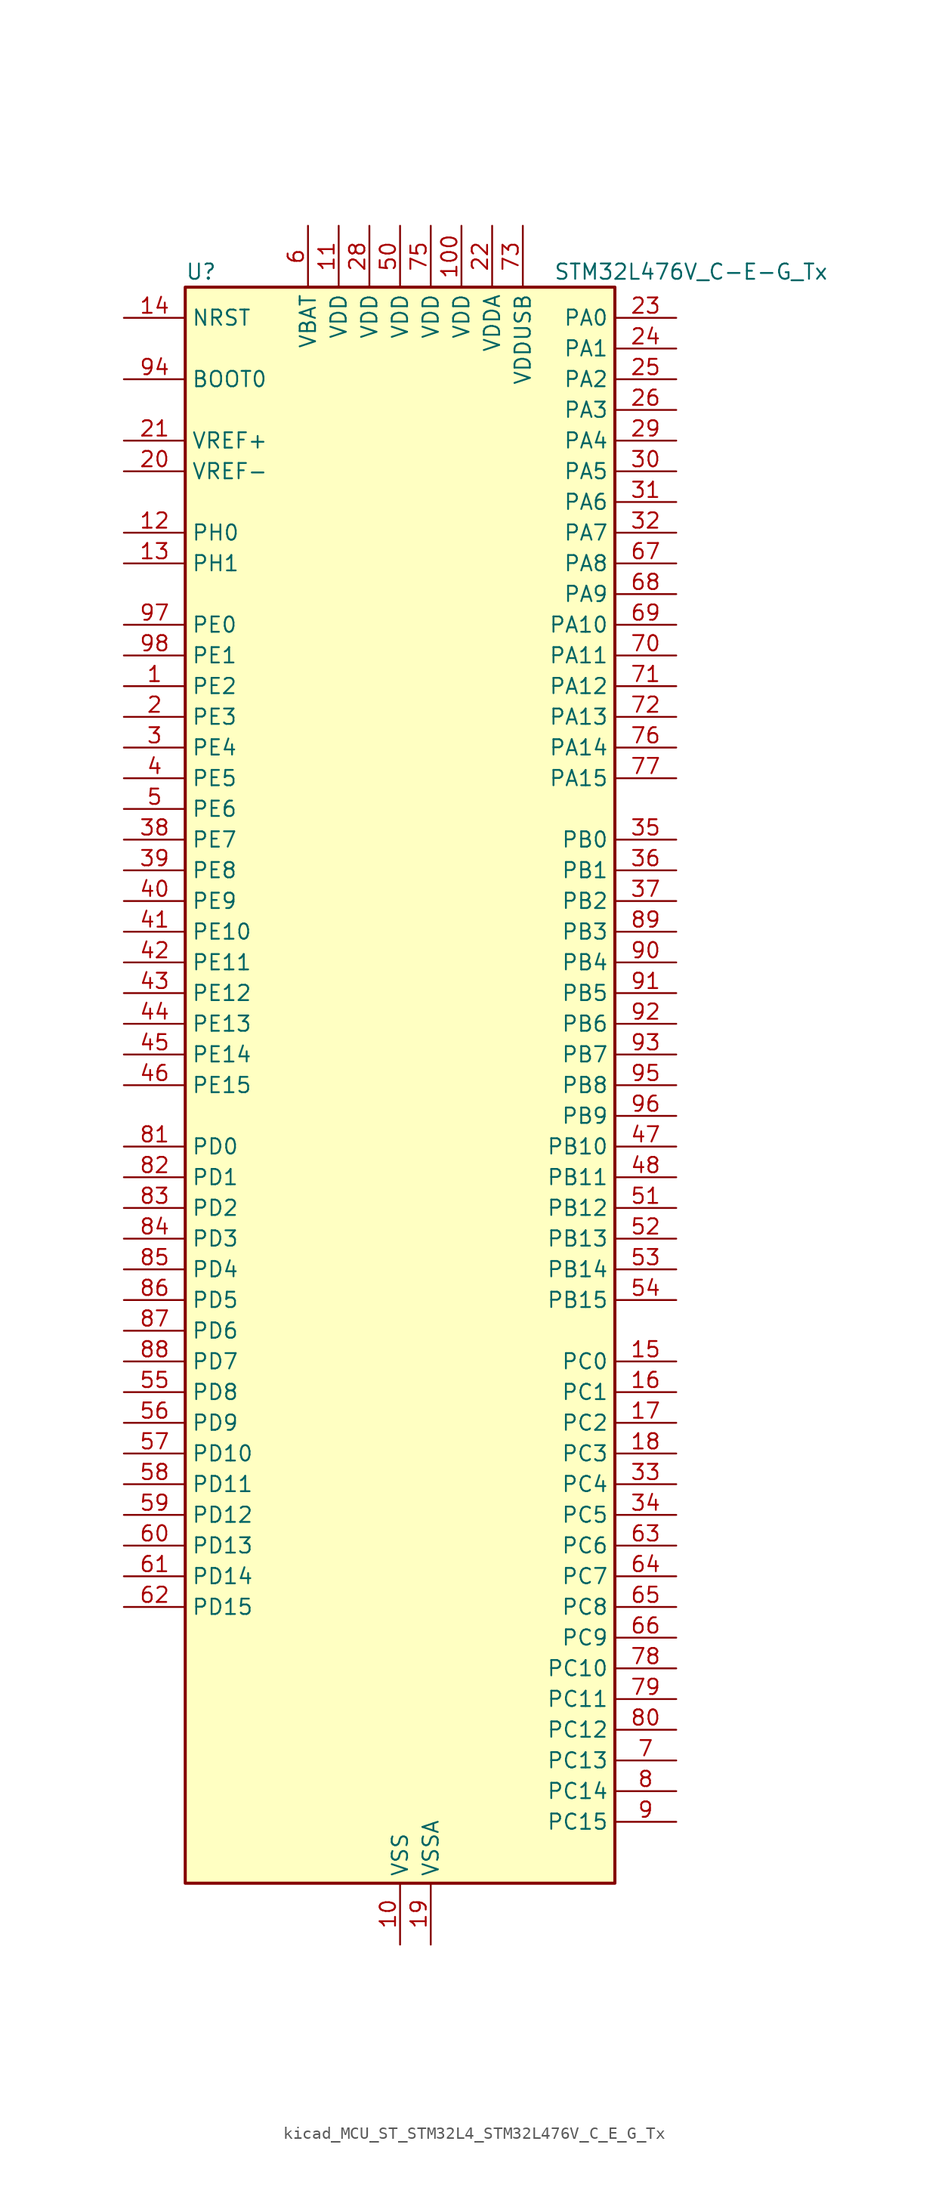
<source format=kicad_sym>
(kicad_symbol_lib
  (version 20220914)
  (generator kicad_symbol_editor)
  (symbol "kicad_MCU_ST_STM32L4_STM32L476V_C_E_G_Tx"
    (property "Reference" "U"
      (at -17.78 67.31 0)
      (effects (font (size 1.27 1.27)) (justify left)))
    (property "Value" "STM32L476V_C-E-G_Tx"
      (at 12.7 67.31 0)
      (effects (font (size 1.27 1.27)) (justify left)))
    (property "ki_locked" ""
      (at 0 0 0)
      (effects (font (size 1.27 1.27))))
    (symbol "kicad_MCU_ST_STM32L4_STM32L476V_C_E_G_Tx_0_1"
      (rectangle (start -17.78 -66.04) (end 17.78 66.04) (stroke (width 0.254) (type default)) (fill (type background))))
    (symbol "kicad_MCU_ST_STM32L4_STM32L476V_C_E_G_Tx_1_1"
      (pin bidirectional line (at -22.86 33.02 0) (length 5.08) (name "PE2" (effects (font (size 1.27 1.27)))) (number "1" (effects (font (size 1.27 1.27)))) (alternate "FMC_A23" bidirectional line) (alternate "LCD_SEG38" bidirectional line) (alternate "SAI1_MCLK_A" bidirectional line) (alternate "SYS_TRACECLK" bidirectional line) (alternate "TIM3_ETR" bidirectional line) (alternate "TSC_G7_IO1" bidirectional line))
      (pin power_in line (at 0 -71.12 90) (length 5.08) (name "VSS" (effects (font (size 1.27 1.27)))) (number "10" (effects (font (size 1.27 1.27)))))
      (pin power_in line (at 5.08 71.12 270) (length 5.08) (name "VDD" (effects (font (size 1.27 1.27)))) (number "100" (effects (font (size 1.27 1.27)))))
      (pin power_in line (at -5.08 71.12 270) (length 5.08) (name "VDD" (effects (font (size 1.27 1.27)))) (number "11" (effects (font (size 1.27 1.27)))))
      (pin bidirectional line (at -22.86 45.72 0) (length 5.08) (name "PH0" (effects (font (size 1.27 1.27)))) (number "12" (effects (font (size 1.27 1.27)))) (alternate "RCC_OSC_IN" bidirectional line))
      (pin bidirectional line (at -22.86 43.18 0) (length 5.08) (name "PH1" (effects (font (size 1.27 1.27)))) (number "13" (effects (font (size 1.27 1.27)))) (alternate "RCC_OSC_OUT" bidirectional line))
      (pin input line (at -22.86 63.5 0) (length 5.08) (name "NRST" (effects (font (size 1.27 1.27)))) (number "14" (effects (font (size 1.27 1.27)))))
      (pin bidirectional line (at 22.86 -22.86 180) (length 5.08) (name "PC0" (effects (font (size 1.27 1.27)))) (number "15" (effects (font (size 1.27 1.27)))) (alternate "ADC1_IN1" bidirectional line) (alternate "ADC2_IN1" bidirectional line) (alternate "ADC3_IN1" bidirectional line) (alternate "DFSDM1_DATIN4" bidirectional line) (alternate "I2C3_SCL" bidirectional line) (alternate "LCD_SEG18" bidirectional line) (alternate "LPTIM1_IN1" bidirectional line) (alternate "LPTIM2_IN1" bidirectional line) (alternate "LPUART1_RX" bidirectional line))
      (pin bidirectional line (at 22.86 -25.4 180) (length 5.08) (name "PC1" (effects (font (size 1.27 1.27)))) (number "16" (effects (font (size 1.27 1.27)))) (alternate "ADC1_IN2" bidirectional line) (alternate "ADC2_IN2" bidirectional line) (alternate "ADC3_IN2" bidirectional line) (alternate "DFSDM1_CKIN4" bidirectional line) (alternate "I2C3_SDA" bidirectional line) (alternate "LCD_SEG19" bidirectional line) (alternate "LPTIM1_OUT" bidirectional line) (alternate "LPUART1_TX" bidirectional line))
      (pin bidirectional line (at 22.86 -27.94 180) (length 5.08) (name "PC2" (effects (font (size 1.27 1.27)))) (number "17" (effects (font (size 1.27 1.27)))) (alternate "ADC1_IN3" bidirectional line) (alternate "ADC2_IN3" bidirectional line) (alternate "ADC3_IN3" bidirectional line) (alternate "DFSDM1_CKOUT" bidirectional line) (alternate "LCD_SEG20" bidirectional line) (alternate "LPTIM1_IN2" bidirectional line) (alternate "SPI2_MISO" bidirectional line))
      (pin bidirectional line (at 22.86 -30.48 180) (length 5.08) (name "PC3" (effects (font (size 1.27 1.27)))) (number "18" (effects (font (size 1.27 1.27)))) (alternate "ADC1_IN4" bidirectional line) (alternate "ADC2_IN4" bidirectional line) (alternate "ADC3_IN4" bidirectional line) (alternate "LCD_VLCD" bidirectional line) (alternate "LPTIM1_ETR" bidirectional line) (alternate "LPTIM2_ETR" bidirectional line) (alternate "SAI1_SD_A" bidirectional line) (alternate "SPI2_MOSI" bidirectional line))
      (pin power_in line (at 2.54 -71.12 90) (length 5.08) (name "VSSA" (effects (font (size 1.27 1.27)))) (number "19" (effects (font (size 1.27 1.27)))))
      (pin bidirectional line (at -22.86 30.48 0) (length 5.08) (name "PE3" (effects (font (size 1.27 1.27)))) (number "2" (effects (font (size 1.27 1.27)))) (alternate "FMC_A19" bidirectional line) (alternate "LCD_SEG39" bidirectional line) (alternate "SAI1_SD_B" bidirectional line) (alternate "SYS_TRACED0" bidirectional line) (alternate "TIM3_CH1" bidirectional line) (alternate "TSC_G7_IO2" bidirectional line))
      (pin input line (at -22.86 50.8 0) (length 5.08) (name "VREF-" (effects (font (size 1.27 1.27)))) (number "20" (effects (font (size 1.27 1.27)))))
      (pin input line (at -22.86 53.34 0) (length 5.08) (name "VREF+" (effects (font (size 1.27 1.27)))) (number "21" (effects (font (size 1.27 1.27)))) (alternate "VREFBUF_OUT" bidirectional line))
      (pin power_in line (at 7.62 71.12 270) (length 5.08) (name "VDDA" (effects (font (size 1.27 1.27)))) (number "22" (effects (font (size 1.27 1.27)))))
      (pin bidirectional line (at 22.86 63.5 180) (length 5.08) (name "PA0" (effects (font (size 1.27 1.27)))) (number "23" (effects (font (size 1.27 1.27)))) (alternate "ADC1_IN5" bidirectional line) (alternate "ADC2_IN5" bidirectional line) (alternate "OPAMP1_VINP" bidirectional line) (alternate "RTC_TAMP2" bidirectional line) (alternate "SAI1_EXTCLK" bidirectional line) (alternate "SYS_WKUP1" bidirectional line) (alternate "TIM2_CH1" bidirectional line) (alternate "TIM2_ETR" bidirectional line) (alternate "TIM5_CH1" bidirectional line) (alternate "TIM8_ETR" bidirectional line) (alternate "UART4_TX" bidirectional line) (alternate "USART2_CTS" bidirectional line))
      (pin bidirectional line (at 22.86 60.96 180) (length 5.08) (name "PA1" (effects (font (size 1.27 1.27)))) (number "24" (effects (font (size 1.27 1.27)))) (alternate "ADC1_IN6" bidirectional line) (alternate "ADC2_IN6" bidirectional line) (alternate "LCD_SEG0" bidirectional line) (alternate "OPAMP1_VINM" bidirectional line) (alternate "TIM15_CH1N" bidirectional line) (alternate "TIM2_CH2" bidirectional line) (alternate "TIM5_CH2" bidirectional line) (alternate "UART4_RX" bidirectional line) (alternate "USART2_DE" bidirectional line) (alternate "USART2_RTS" bidirectional line))
      (pin bidirectional line (at 22.86 58.42 180) (length 5.08) (name "PA2" (effects (font (size 1.27 1.27)))) (number "25" (effects (font (size 1.27 1.27)))) (alternate "ADC1_IN7" bidirectional line) (alternate "ADC2_IN7" bidirectional line) (alternate "LCD_SEG1" bidirectional line) (alternate "RCC_LSCO" bidirectional line) (alternate "SAI2_EXTCLK" bidirectional line) (alternate "SYS_WKUP4" bidirectional line) (alternate "TIM15_CH1" bidirectional line) (alternate "TIM2_CH3" bidirectional line) (alternate "TIM5_CH3" bidirectional line) (alternate "USART2_TX" bidirectional line))
      (pin bidirectional line (at 22.86 55.88 180) (length 5.08) (name "PA3" (effects (font (size 1.27 1.27)))) (number "26" (effects (font (size 1.27 1.27)))) (alternate "ADC1_IN8" bidirectional line) (alternate "ADC2_IN8" bidirectional line) (alternate "LCD_SEG2" bidirectional line) (alternate "OPAMP1_VOUT" bidirectional line) (alternate "TIM15_CH2" bidirectional line) (alternate "TIM2_CH4" bidirectional line) (alternate "TIM5_CH4" bidirectional line) (alternate "USART2_RX" bidirectional line))
      (pin passive line (at 0 -71.12 90) (length 5.08) hide (name "VSS" (effects (font (size 1.27 1.27)))) (number "27" (effects (font (size 1.27 1.27)))))
      (pin power_in line (at -2.54 71.12 270) (length 5.08) (name "VDD" (effects (font (size 1.27 1.27)))) (number "28" (effects (font (size 1.27 1.27)))))
      (pin bidirectional line (at 22.86 53.34 180) (length 5.08) (name "PA4" (effects (font (size 1.27 1.27)))) (number "29" (effects (font (size 1.27 1.27)))) (alternate "ADC1_IN9" bidirectional line) (alternate "ADC2_IN9" bidirectional line) (alternate "DAC1_OUT1" bidirectional line) (alternate "LPTIM2_OUT" bidirectional line) (alternate "SAI1_FS_B" bidirectional line) (alternate "SPI1_NSS" bidirectional line) (alternate "SPI3_NSS" bidirectional line) (alternate "USART2_CK" bidirectional line))
      (pin bidirectional line (at -22.86 27.94 0) (length 5.08) (name "PE4" (effects (font (size 1.27 1.27)))) (number "3" (effects (font (size 1.27 1.27)))) (alternate "DFSDM1_DATIN3" bidirectional line) (alternate "FMC_A20" bidirectional line) (alternate "SAI1_FS_A" bidirectional line) (alternate "SYS_TRACED1" bidirectional line) (alternate "TIM3_CH2" bidirectional line) (alternate "TSC_G7_IO3" bidirectional line))
      (pin bidirectional line (at 22.86 50.8 180) (length 5.08) (name "PA5" (effects (font (size 1.27 1.27)))) (number "30" (effects (font (size 1.27 1.27)))) (alternate "ADC1_IN10" bidirectional line) (alternate "ADC2_IN10" bidirectional line) (alternate "DAC1_OUT2" bidirectional line) (alternate "LPTIM2_ETR" bidirectional line) (alternate "SPI1_SCK" bidirectional line) (alternate "TIM2_CH1" bidirectional line) (alternate "TIM2_ETR" bidirectional line) (alternate "TIM8_CH1N" bidirectional line))
      (pin bidirectional line (at 22.86 48.26 180) (length 5.08) (name "PA6" (effects (font (size 1.27 1.27)))) (number "31" (effects (font (size 1.27 1.27)))) (alternate "ADC1_IN11" bidirectional line) (alternate "ADC2_IN11" bidirectional line) (alternate "LCD_SEG3" bidirectional line) (alternate "OPAMP2_VINP" bidirectional line) (alternate "QUADSPI_BK1_IO3" bidirectional line) (alternate "SPI1_MISO" bidirectional line) (alternate "TIM16_CH1" bidirectional line) (alternate "TIM1_BKIN" bidirectional line) (alternate "TIM1_BKIN_COMP2" bidirectional line) (alternate "TIM3_CH1" bidirectional line) (alternate "TIM8_BKIN" bidirectional line) (alternate "TIM8_BKIN_COMP2" bidirectional line) (alternate "USART3_CTS" bidirectional line))
      (pin bidirectional line (at 22.86 45.72 180) (length 5.08) (name "PA7" (effects (font (size 1.27 1.27)))) (number "32" (effects (font (size 1.27 1.27)))) (alternate "ADC1_IN12" bidirectional line) (alternate "ADC2_IN12" bidirectional line) (alternate "LCD_SEG4" bidirectional line) (alternate "OPAMP2_VINM" bidirectional line) (alternate "QUADSPI_BK1_IO2" bidirectional line) (alternate "SPI1_MOSI" bidirectional line) (alternate "TIM17_CH1" bidirectional line) (alternate "TIM1_CH1N" bidirectional line) (alternate "TIM3_CH2" bidirectional line) (alternate "TIM8_CH1N" bidirectional line))
      (pin bidirectional line (at 22.86 -33.02 180) (length 5.08) (name "PC4" (effects (font (size 1.27 1.27)))) (number "33" (effects (font (size 1.27 1.27)))) (alternate "ADC1_IN13" bidirectional line) (alternate "ADC2_IN13" bidirectional line) (alternate "COMP1_INM" bidirectional line) (alternate "LCD_SEG22" bidirectional line) (alternate "USART3_TX" bidirectional line))
      (pin bidirectional line (at 22.86 -35.56 180) (length 5.08) (name "PC5" (effects (font (size 1.27 1.27)))) (number "34" (effects (font (size 1.27 1.27)))) (alternate "ADC1_IN14" bidirectional line) (alternate "ADC2_IN14" bidirectional line) (alternate "COMP1_INP" bidirectional line) (alternate "LCD_SEG23" bidirectional line) (alternate "SYS_WKUP5" bidirectional line) (alternate "USART3_RX" bidirectional line))
      (pin bidirectional line (at 22.86 20.32 180) (length 5.08) (name "PB0" (effects (font (size 1.27 1.27)))) (number "35" (effects (font (size 1.27 1.27)))) (alternate "ADC1_IN15" bidirectional line) (alternate "ADC2_IN15" bidirectional line) (alternate "COMP1_OUT" bidirectional line) (alternate "LCD_SEG5" bidirectional line) (alternate "OPAMP2_VOUT" bidirectional line) (alternate "QUADSPI_BK1_IO1" bidirectional line) (alternate "TIM1_CH2N" bidirectional line) (alternate "TIM3_CH3" bidirectional line) (alternate "TIM8_CH2N" bidirectional line) (alternate "USART3_CK" bidirectional line))
      (pin bidirectional line (at 22.86 17.78 180) (length 5.08) (name "PB1" (effects (font (size 1.27 1.27)))) (number "36" (effects (font (size 1.27 1.27)))) (alternate "ADC1_IN16" bidirectional line) (alternate "ADC2_IN16" bidirectional line) (alternate "COMP1_INM" bidirectional line) (alternate "DFSDM1_DATIN0" bidirectional line) (alternate "LCD_SEG6" bidirectional line) (alternate "LPTIM2_IN1" bidirectional line) (alternate "QUADSPI_BK1_IO0" bidirectional line) (alternate "TIM1_CH3N" bidirectional line) (alternate "TIM3_CH4" bidirectional line) (alternate "TIM8_CH3N" bidirectional line) (alternate "USART3_DE" bidirectional line) (alternate "USART3_RTS" bidirectional line))
      (pin bidirectional line (at 22.86 15.24 180) (length 5.08) (name "PB2" (effects (font (size 1.27 1.27)))) (number "37" (effects (font (size 1.27 1.27)))) (alternate "COMP1_INP" bidirectional line) (alternate "DFSDM1_CKIN0" bidirectional line) (alternate "I2C3_SMBA" bidirectional line) (alternate "LPTIM1_OUT" bidirectional line) (alternate "RTC_OUT_ALARM" bidirectional line) (alternate "RTC_OUT_CALIB" bidirectional line))
      (pin bidirectional line (at -22.86 20.32 0) (length 5.08) (name "PE7" (effects (font (size 1.27 1.27)))) (number "38" (effects (font (size 1.27 1.27)))) (alternate "DFSDM1_DATIN2" bidirectional line) (alternate "FMC_D4" bidirectional line) (alternate "FMC_DA4" bidirectional line) (alternate "SAI1_SD_B" bidirectional line) (alternate "TIM1_ETR" bidirectional line))
      (pin bidirectional line (at -22.86 17.78 0) (length 5.08) (name "PE8" (effects (font (size 1.27 1.27)))) (number "39" (effects (font (size 1.27 1.27)))) (alternate "DFSDM1_CKIN2" bidirectional line) (alternate "FMC_D5" bidirectional line) (alternate "FMC_DA5" bidirectional line) (alternate "SAI1_SCK_B" bidirectional line) (alternate "TIM1_CH1N" bidirectional line))
      (pin bidirectional line (at -22.86 25.4 0) (length 5.08) (name "PE5" (effects (font (size 1.27 1.27)))) (number "4" (effects (font (size 1.27 1.27)))) (alternate "DFSDM1_CKIN3" bidirectional line) (alternate "FMC_A21" bidirectional line) (alternate "SAI1_SCK_A" bidirectional line) (alternate "SYS_TRACED2" bidirectional line) (alternate "TIM3_CH3" bidirectional line) (alternate "TSC_G7_IO4" bidirectional line))
      (pin bidirectional line (at -22.86 15.24 0) (length 5.08) (name "PE9" (effects (font (size 1.27 1.27)))) (number "40" (effects (font (size 1.27 1.27)))) (alternate "DAC1_EXTI9" bidirectional line) (alternate "DFSDM1_CKOUT" bidirectional line) (alternate "FMC_D6" bidirectional line) (alternate "FMC_DA6" bidirectional line) (alternate "SAI1_FS_B" bidirectional line) (alternate "TIM1_CH1" bidirectional line))
      (pin bidirectional line (at -22.86 12.7 0) (length 5.08) (name "PE10" (effects (font (size 1.27 1.27)))) (number "41" (effects (font (size 1.27 1.27)))) (alternate "DFSDM1_DATIN4" bidirectional line) (alternate "FMC_D7" bidirectional line) (alternate "FMC_DA7" bidirectional line) (alternate "QUADSPI_CLK" bidirectional line) (alternate "SAI1_MCLK_B" bidirectional line) (alternate "TIM1_CH2N" bidirectional line) (alternate "TSC_G5_IO1" bidirectional line))
      (pin bidirectional line (at -22.86 10.16 0) (length 5.08) (name "PE11" (effects (font (size 1.27 1.27)))) (number "42" (effects (font (size 1.27 1.27)))) (alternate "ADC1_EXTI11" bidirectional line) (alternate "ADC2_EXTI11" bidirectional line) (alternate "ADC3_EXTI11" bidirectional line) (alternate "DFSDM1_CKIN4" bidirectional line) (alternate "FMC_D8" bidirectional line) (alternate "FMC_DA8" bidirectional line) (alternate "QUADSPI_NCS" bidirectional line) (alternate "TIM1_CH2" bidirectional line) (alternate "TSC_G5_IO2" bidirectional line))
      (pin bidirectional line (at -22.86 7.62 0) (length 5.08) (name "PE12" (effects (font (size 1.27 1.27)))) (number "43" (effects (font (size 1.27 1.27)))) (alternate "DFSDM1_DATIN5" bidirectional line) (alternate "FMC_D9" bidirectional line) (alternate "FMC_DA9" bidirectional line) (alternate "QUADSPI_BK1_IO0" bidirectional line) (alternate "SPI1_NSS" bidirectional line) (alternate "TIM1_CH3N" bidirectional line) (alternate "TSC_G5_IO3" bidirectional line))
      (pin bidirectional line (at -22.86 5.08 0) (length 5.08) (name "PE13" (effects (font (size 1.27 1.27)))) (number "44" (effects (font (size 1.27 1.27)))) (alternate "DFSDM1_CKIN5" bidirectional line) (alternate "FMC_D10" bidirectional line) (alternate "FMC_DA10" bidirectional line) (alternate "QUADSPI_BK1_IO1" bidirectional line) (alternate "SPI1_SCK" bidirectional line) (alternate "TIM1_CH3" bidirectional line) (alternate "TSC_G5_IO4" bidirectional line))
      (pin bidirectional line (at -22.86 2.54 0) (length 5.08) (name "PE14" (effects (font (size 1.27 1.27)))) (number "45" (effects (font (size 1.27 1.27)))) (alternate "FMC_D11" bidirectional line) (alternate "FMC_DA11" bidirectional line) (alternate "QUADSPI_BK1_IO2" bidirectional line) (alternate "SPI1_MISO" bidirectional line) (alternate "TIM1_BKIN2" bidirectional line) (alternate "TIM1_BKIN2_COMP2" bidirectional line) (alternate "TIM1_CH4" bidirectional line))
      (pin bidirectional line (at -22.86 0 0) (length 5.08) (name "PE15" (effects (font (size 1.27 1.27)))) (number "46" (effects (font (size 1.27 1.27)))) (alternate "ADC1_EXTI15" bidirectional line) (alternate "ADC2_EXTI15" bidirectional line) (alternate "ADC3_EXTI15" bidirectional line) (alternate "FMC_D12" bidirectional line) (alternate "FMC_DA12" bidirectional line) (alternate "QUADSPI_BK1_IO3" bidirectional line) (alternate "SPI1_MOSI" bidirectional line) (alternate "TIM1_BKIN" bidirectional line) (alternate "TIM1_BKIN_COMP1" bidirectional line))
      (pin bidirectional line (at 22.86 -5.08 180) (length 5.08) (name "PB10" (effects (font (size 1.27 1.27)))) (number "47" (effects (font (size 1.27 1.27)))) (alternate "COMP1_OUT" bidirectional line) (alternate "DFSDM1_DATIN7" bidirectional line) (alternate "I2C2_SCL" bidirectional line) (alternate "LCD_SEG10" bidirectional line) (alternate "LPUART1_RX" bidirectional line) (alternate "QUADSPI_CLK" bidirectional line) (alternate "SAI1_SCK_A" bidirectional line) (alternate "SPI2_SCK" bidirectional line) (alternate "TIM2_CH3" bidirectional line) (alternate "USART3_TX" bidirectional line))
      (pin bidirectional line (at 22.86 -7.62 180) (length 5.08) (name "PB11" (effects (font (size 1.27 1.27)))) (number "48" (effects (font (size 1.27 1.27)))) (alternate "ADC1_EXTI11" bidirectional line) (alternate "ADC2_EXTI11" bidirectional line) (alternate "ADC3_EXTI11" bidirectional line) (alternate "COMP2_OUT" bidirectional line) (alternate "DFSDM1_CKIN7" bidirectional line) (alternate "I2C2_SDA" bidirectional line) (alternate "LCD_SEG11" bidirectional line) (alternate "LPUART1_TX" bidirectional line) (alternate "QUADSPI_NCS" bidirectional line) (alternate "TIM2_CH4" bidirectional line) (alternate "USART3_RX" bidirectional line))
      (pin passive line (at 0 -71.12 90) (length 5.08) hide (name "VSS" (effects (font (size 1.27 1.27)))) (number "49" (effects (font (size 1.27 1.27)))))
      (pin bidirectional line (at -22.86 22.86 0) (length 5.08) (name "PE6" (effects (font (size 1.27 1.27)))) (number "5" (effects (font (size 1.27 1.27)))) (alternate "FMC_A22" bidirectional line) (alternate "RTC_TAMP3" bidirectional line) (alternate "SAI1_SD_A" bidirectional line) (alternate "SYS_TRACED3" bidirectional line) (alternate "SYS_WKUP3" bidirectional line) (alternate "TIM3_CH4" bidirectional line))
      (pin power_in line (at 0 71.12 270) (length 5.08) (name "VDD" (effects (font (size 1.27 1.27)))) (number "50" (effects (font (size 1.27 1.27)))))
      (pin bidirectional line (at 22.86 -10.16 180) (length 5.08) (name "PB12" (effects (font (size 1.27 1.27)))) (number "51" (effects (font (size 1.27 1.27)))) (alternate "DFSDM1_DATIN1" bidirectional line) (alternate "I2C2_SMBA" bidirectional line) (alternate "LCD_SEG12" bidirectional line) (alternate "LPUART1_DE" bidirectional line) (alternate "LPUART1_RTS" bidirectional line) (alternate "SAI2_FS_A" bidirectional line) (alternate "SPI2_NSS" bidirectional line) (alternate "SWPMI1_IO" bidirectional line) (alternate "TIM15_BKIN" bidirectional line) (alternate "TIM1_BKIN" bidirectional line) (alternate "TIM1_BKIN_COMP2" bidirectional line) (alternate "TSC_G1_IO1" bidirectional line) (alternate "USART3_CK" bidirectional line))
      (pin bidirectional line (at 22.86 -12.7 180) (length 5.08) (name "PB13" (effects (font (size 1.27 1.27)))) (number "52" (effects (font (size 1.27 1.27)))) (alternate "DFSDM1_CKIN1" bidirectional line) (alternate "I2C2_SCL" bidirectional line) (alternate "LCD_SEG13" bidirectional line) (alternate "LPUART1_CTS" bidirectional line) (alternate "SAI2_SCK_A" bidirectional line) (alternate "SPI2_SCK" bidirectional line) (alternate "SWPMI1_TX" bidirectional line) (alternate "TIM15_CH1N" bidirectional line) (alternate "TIM1_CH1N" bidirectional line) (alternate "TSC_G1_IO2" bidirectional line) (alternate "USART3_CTS" bidirectional line))
      (pin bidirectional line (at 22.86 -15.24 180) (length 5.08) (name "PB14" (effects (font (size 1.27 1.27)))) (number "53" (effects (font (size 1.27 1.27)))) (alternate "DFSDM1_DATIN2" bidirectional line) (alternate "I2C2_SDA" bidirectional line) (alternate "LCD_SEG14" bidirectional line) (alternate "SAI2_MCLK_A" bidirectional line) (alternate "SPI2_MISO" bidirectional line) (alternate "SWPMI1_RX" bidirectional line) (alternate "TIM15_CH1" bidirectional line) (alternate "TIM1_CH2N" bidirectional line) (alternate "TIM8_CH2N" bidirectional line) (alternate "TSC_G1_IO3" bidirectional line) (alternate "USART3_DE" bidirectional line) (alternate "USART3_RTS" bidirectional line))
      (pin bidirectional line (at 22.86 -17.78 180) (length 5.08) (name "PB15" (effects (font (size 1.27 1.27)))) (number "54" (effects (font (size 1.27 1.27)))) (alternate "ADC1_EXTI15" bidirectional line) (alternate "ADC2_EXTI15" bidirectional line) (alternate "ADC3_EXTI15" bidirectional line) (alternate "DFSDM1_CKIN2" bidirectional line) (alternate "LCD_SEG15" bidirectional line) (alternate "RTC_REFIN" bidirectional line) (alternate "SAI2_SD_A" bidirectional line) (alternate "SPI2_MOSI" bidirectional line) (alternate "SWPMI1_SUSPEND" bidirectional line) (alternate "TIM15_CH2" bidirectional line) (alternate "TIM1_CH3N" bidirectional line) (alternate "TIM8_CH3N" bidirectional line) (alternate "TSC_G1_IO4" bidirectional line))
      (pin bidirectional line (at -22.86 -25.4 0) (length 5.08) (name "PD8" (effects (font (size 1.27 1.27)))) (number "55" (effects (font (size 1.27 1.27)))) (alternate "FMC_D13" bidirectional line) (alternate "FMC_DA13" bidirectional line) (alternate "LCD_SEG28" bidirectional line) (alternate "USART3_TX" bidirectional line))
      (pin bidirectional line (at -22.86 -27.94 0) (length 5.08) (name "PD9" (effects (font (size 1.27 1.27)))) (number "56" (effects (font (size 1.27 1.27)))) (alternate "DAC1_EXTI9" bidirectional line) (alternate "FMC_D14" bidirectional line) (alternate "FMC_DA14" bidirectional line) (alternate "LCD_SEG29" bidirectional line) (alternate "SAI2_MCLK_A" bidirectional line) (alternate "USART3_RX" bidirectional line))
      (pin bidirectional line (at -22.86 -30.48 0) (length 5.08) (name "PD10" (effects (font (size 1.27 1.27)))) (number "57" (effects (font (size 1.27 1.27)))) (alternate "FMC_D15" bidirectional line) (alternate "FMC_DA15" bidirectional line) (alternate "LCD_SEG30" bidirectional line) (alternate "SAI2_SCK_A" bidirectional line) (alternate "TSC_G6_IO1" bidirectional line) (alternate "USART3_CK" bidirectional line))
      (pin bidirectional line (at -22.86 -33.02 0) (length 5.08) (name "PD11" (effects (font (size 1.27 1.27)))) (number "58" (effects (font (size 1.27 1.27)))) (alternate "ADC1_EXTI11" bidirectional line) (alternate "ADC2_EXTI11" bidirectional line) (alternate "ADC3_EXTI11" bidirectional line) (alternate "FMC_A16" bidirectional line) (alternate "FMC_CLE" bidirectional line) (alternate "LCD_SEG31" bidirectional line) (alternate "LPTIM2_ETR" bidirectional line) (alternate "SAI2_SD_A" bidirectional line) (alternate "TSC_G6_IO2" bidirectional line) (alternate "USART3_CTS" bidirectional line))
      (pin bidirectional line (at -22.86 -35.56 0) (length 5.08) (name "PD12" (effects (font (size 1.27 1.27)))) (number "59" (effects (font (size 1.27 1.27)))) (alternate "FMC_A17" bidirectional line) (alternate "FMC_ALE" bidirectional line) (alternate "LCD_SEG32" bidirectional line) (alternate "LPTIM2_IN1" bidirectional line) (alternate "SAI2_FS_A" bidirectional line) (alternate "TIM4_CH1" bidirectional line) (alternate "TSC_G6_IO3" bidirectional line) (alternate "USART3_DE" bidirectional line) (alternate "USART3_RTS" bidirectional line))
      (pin power_in line (at -7.62 71.12 270) (length 5.08) (name "VBAT" (effects (font (size 1.27 1.27)))) (number "6" (effects (font (size 1.27 1.27)))))
      (pin bidirectional line (at -22.86 -38.1 0) (length 5.08) (name "PD13" (effects (font (size 1.27 1.27)))) (number "60" (effects (font (size 1.27 1.27)))) (alternate "FMC_A18" bidirectional line) (alternate "LCD_SEG33" bidirectional line) (alternate "LPTIM2_OUT" bidirectional line) (alternate "TIM4_CH2" bidirectional line) (alternate "TSC_G6_IO4" bidirectional line))
      (pin bidirectional line (at -22.86 -40.64 0) (length 5.08) (name "PD14" (effects (font (size 1.27 1.27)))) (number "61" (effects (font (size 1.27 1.27)))) (alternate "FMC_D0" bidirectional line) (alternate "FMC_DA0" bidirectional line) (alternate "LCD_SEG34" bidirectional line) (alternate "TIM4_CH3" bidirectional line))
      (pin bidirectional line (at -22.86 -43.18 0) (length 5.08) (name "PD15" (effects (font (size 1.27 1.27)))) (number "62" (effects (font (size 1.27 1.27)))) (alternate "ADC1_EXTI15" bidirectional line) (alternate "ADC2_EXTI15" bidirectional line) (alternate "ADC3_EXTI15" bidirectional line) (alternate "FMC_D1" bidirectional line) (alternate "FMC_DA1" bidirectional line) (alternate "LCD_SEG35" bidirectional line) (alternate "TIM4_CH4" bidirectional line))
      (pin bidirectional line (at 22.86 -38.1 180) (length 5.08) (name "PC6" (effects (font (size 1.27 1.27)))) (number "63" (effects (font (size 1.27 1.27)))) (alternate "DFSDM1_CKIN3" bidirectional line) (alternate "LCD_SEG24" bidirectional line) (alternate "SAI2_MCLK_A" bidirectional line) (alternate "SDMMC1_D6" bidirectional line) (alternate "TIM3_CH1" bidirectional line) (alternate "TIM8_CH1" bidirectional line) (alternate "TSC_G4_IO1" bidirectional line))
      (pin bidirectional line (at 22.86 -40.64 180) (length 5.08) (name "PC7" (effects (font (size 1.27 1.27)))) (number "64" (effects (font (size 1.27 1.27)))) (alternate "DFSDM1_DATIN3" bidirectional line) (alternate "LCD_SEG25" bidirectional line) (alternate "SAI2_MCLK_B" bidirectional line) (alternate "SDMMC1_D7" bidirectional line) (alternate "TIM3_CH2" bidirectional line) (alternate "TIM8_CH2" bidirectional line) (alternate "TSC_G4_IO2" bidirectional line))
      (pin bidirectional line (at 22.86 -43.18 180) (length 5.08) (name "PC8" (effects (font (size 1.27 1.27)))) (number "65" (effects (font (size 1.27 1.27)))) (alternate "LCD_SEG26" bidirectional line) (alternate "SDMMC1_D0" bidirectional line) (alternate "TIM3_CH3" bidirectional line) (alternate "TIM8_CH3" bidirectional line) (alternate "TSC_G4_IO3" bidirectional line))
      (pin bidirectional line (at 22.86 -45.72 180) (length 5.08) (name "PC9" (effects (font (size 1.27 1.27)))) (number "66" (effects (font (size 1.27 1.27)))) (alternate "DAC1_EXTI9" bidirectional line) (alternate "LCD_SEG27" bidirectional line) (alternate "SAI2_EXTCLK" bidirectional line) (alternate "SDMMC1_D1" bidirectional line) (alternate "TIM3_CH4" bidirectional line) (alternate "TIM8_BKIN2" bidirectional line) (alternate "TIM8_BKIN2_COMP1" bidirectional line) (alternate "TIM8_CH4" bidirectional line) (alternate "TSC_G4_IO4" bidirectional line) (alternate "USB_OTG_FS_NOE" bidirectional line))
      (pin bidirectional line (at 22.86 43.18 180) (length 5.08) (name "PA8" (effects (font (size 1.27 1.27)))) (number "67" (effects (font (size 1.27 1.27)))) (alternate "LCD_COM0" bidirectional line) (alternate "LPTIM2_OUT" bidirectional line) (alternate "RCC_MCO" bidirectional line) (alternate "TIM1_CH1" bidirectional line) (alternate "USART1_CK" bidirectional line) (alternate "USB_OTG_FS_SOF" bidirectional line))
      (pin bidirectional line (at 22.86 40.64 180) (length 5.08) (name "PA9" (effects (font (size 1.27 1.27)))) (number "68" (effects (font (size 1.27 1.27)))) (alternate "DAC1_EXTI9" bidirectional line) (alternate "LCD_COM1" bidirectional line) (alternate "TIM15_BKIN" bidirectional line) (alternate "TIM1_CH2" bidirectional line) (alternate "USART1_TX" bidirectional line) (alternate "USB_OTG_FS_VBUS" bidirectional line))
      (pin bidirectional line (at 22.86 38.1 180) (length 5.08) (name "PA10" (effects (font (size 1.27 1.27)))) (number "69" (effects (font (size 1.27 1.27)))) (alternate "LCD_COM2" bidirectional line) (alternate "TIM17_BKIN" bidirectional line) (alternate "TIM1_CH3" bidirectional line) (alternate "USART1_RX" bidirectional line) (alternate "USB_OTG_FS_ID" bidirectional line))
      (pin bidirectional line (at 22.86 -55.88 180) (length 5.08) (name "PC13" (effects (font (size 1.27 1.27)))) (number "7" (effects (font (size 1.27 1.27)))) (alternate "RTC_OUT_ALARM" bidirectional line) (alternate "RTC_OUT_CALIB" bidirectional line) (alternate "RTC_TAMP1" bidirectional line) (alternate "RTC_TS" bidirectional line) (alternate "SYS_WKUP2" bidirectional line))
      (pin bidirectional line (at 22.86 35.56 180) (length 5.08) (name "PA11" (effects (font (size 1.27 1.27)))) (number "70" (effects (font (size 1.27 1.27)))) (alternate "ADC1_EXTI11" bidirectional line) (alternate "ADC2_EXTI11" bidirectional line) (alternate "ADC3_EXTI11" bidirectional line) (alternate "CAN1_RX" bidirectional line) (alternate "TIM1_BKIN2" bidirectional line) (alternate "TIM1_BKIN2_COMP1" bidirectional line) (alternate "TIM1_CH4" bidirectional line) (alternate "USART1_CTS" bidirectional line) (alternate "USB_OTG_FS_DM" bidirectional line))
      (pin bidirectional line (at 22.86 33.02 180) (length 5.08) (name "PA12" (effects (font (size 1.27 1.27)))) (number "71" (effects (font (size 1.27 1.27)))) (alternate "CAN1_TX" bidirectional line) (alternate "TIM1_ETR" bidirectional line) (alternate "USART1_DE" bidirectional line) (alternate "USART1_RTS" bidirectional line) (alternate "USB_OTG_FS_DP" bidirectional line))
      (pin bidirectional line (at 22.86 30.48 180) (length 5.08) (name "PA13" (effects (font (size 1.27 1.27)))) (number "72" (effects (font (size 1.27 1.27)))) (alternate "IR_OUT" bidirectional line) (alternate "SYS_JTMS-SWDIO" bidirectional line) (alternate "USB_OTG_FS_NOE" bidirectional line))
      (pin power_in line (at 10.16 71.12 270) (length 5.08) (name "VDDUSB" (effects (font (size 1.27 1.27)))) (number "73" (effects (font (size 1.27 1.27)))))
      (pin passive line (at 0 -71.12 90) (length 5.08) hide (name "VSS" (effects (font (size 1.27 1.27)))) (number "74" (effects (font (size 1.27 1.27)))))
      (pin power_in line (at 2.54 71.12 270) (length 5.08) (name "VDD" (effects (font (size 1.27 1.27)))) (number "75" (effects (font (size 1.27 1.27)))))
      (pin bidirectional line (at 22.86 27.94 180) (length 5.08) (name "PA14" (effects (font (size 1.27 1.27)))) (number "76" (effects (font (size 1.27 1.27)))) (alternate "SYS_JTCK-SWCLK" bidirectional line))
      (pin bidirectional line (at 22.86 25.4 180) (length 5.08) (name "PA15" (effects (font (size 1.27 1.27)))) (number "77" (effects (font (size 1.27 1.27)))) (alternate "ADC1_EXTI15" bidirectional line) (alternate "ADC2_EXTI15" bidirectional line) (alternate "ADC3_EXTI15" bidirectional line) (alternate "LCD_SEG17" bidirectional line) (alternate "SAI2_FS_B" bidirectional line) (alternate "SPI1_NSS" bidirectional line) (alternate "SPI3_NSS" bidirectional line) (alternate "SYS_JTDI" bidirectional line) (alternate "TIM2_CH1" bidirectional line) (alternate "TIM2_ETR" bidirectional line) (alternate "TSC_G3_IO1" bidirectional line) (alternate "UART4_DE" bidirectional line) (alternate "UART4_RTS" bidirectional line))
      (pin bidirectional line (at 22.86 -48.26 180) (length 5.08) (name "PC10" (effects (font (size 1.27 1.27)))) (number "78" (effects (font (size 1.27 1.27)))) (alternate "LCD_COM4" bidirectional line) (alternate "LCD_SEG28" bidirectional line) (alternate "LCD_SEG40" bidirectional line) (alternate "SAI2_SCK_B" bidirectional line) (alternate "SDMMC1_D2" bidirectional line) (alternate "SPI3_SCK" bidirectional line) (alternate "TSC_G3_IO2" bidirectional line) (alternate "UART4_TX" bidirectional line) (alternate "USART3_TX" bidirectional line))
      (pin bidirectional line (at 22.86 -50.8 180) (length 5.08) (name "PC11" (effects (font (size 1.27 1.27)))) (number "79" (effects (font (size 1.27 1.27)))) (alternate "ADC1_EXTI11" bidirectional line) (alternate "ADC2_EXTI11" bidirectional line) (alternate "ADC3_EXTI11" bidirectional line) (alternate "LCD_COM5" bidirectional line) (alternate "LCD_SEG29" bidirectional line) (alternate "LCD_SEG41" bidirectional line) (alternate "SAI2_MCLK_B" bidirectional line) (alternate "SDMMC1_D3" bidirectional line) (alternate "SPI3_MISO" bidirectional line) (alternate "TSC_G3_IO3" bidirectional line) (alternate "UART4_RX" bidirectional line) (alternate "USART3_RX" bidirectional line))
      (pin bidirectional line (at 22.86 -58.42 180) (length 5.08) (name "PC14" (effects (font (size 1.27 1.27)))) (number "8" (effects (font (size 1.27 1.27)))) (alternate "RCC_OSC32_IN" bidirectional line))
      (pin bidirectional line (at 22.86 -53.34 180) (length 5.08) (name "PC12" (effects (font (size 1.27 1.27)))) (number "80" (effects (font (size 1.27 1.27)))) (alternate "LCD_COM6" bidirectional line) (alternate "LCD_SEG30" bidirectional line) (alternate "LCD_SEG42" bidirectional line) (alternate "SAI2_SD_B" bidirectional line) (alternate "SDMMC1_CK" bidirectional line) (alternate "SPI3_MOSI" bidirectional line) (alternate "TSC_G3_IO4" bidirectional line) (alternate "UART5_TX" bidirectional line) (alternate "USART3_CK" bidirectional line))
      (pin bidirectional line (at -22.86 -5.08 0) (length 5.08) (name "PD0" (effects (font (size 1.27 1.27)))) (number "81" (effects (font (size 1.27 1.27)))) (alternate "CAN1_RX" bidirectional line) (alternate "DFSDM1_DATIN7" bidirectional line) (alternate "FMC_D2" bidirectional line) (alternate "FMC_DA2" bidirectional line) (alternate "SPI2_NSS" bidirectional line))
      (pin bidirectional line (at -22.86 -7.62 0) (length 5.08) (name "PD1" (effects (font (size 1.27 1.27)))) (number "82" (effects (font (size 1.27 1.27)))) (alternate "CAN1_TX" bidirectional line) (alternate "DFSDM1_CKIN7" bidirectional line) (alternate "FMC_D3" bidirectional line) (alternate "FMC_DA3" bidirectional line) (alternate "SPI2_SCK" bidirectional line))
      (pin bidirectional line (at -22.86 -10.16 0) (length 5.08) (name "PD2" (effects (font (size 1.27 1.27)))) (number "83" (effects (font (size 1.27 1.27)))) (alternate "LCD_COM7" bidirectional line) (alternate "LCD_SEG31" bidirectional line) (alternate "LCD_SEG43" bidirectional line) (alternate "SDMMC1_CMD" bidirectional line) (alternate "TIM3_ETR" bidirectional line) (alternate "TSC_SYNC" bidirectional line) (alternate "UART5_RX" bidirectional line) (alternate "USART3_DE" bidirectional line) (alternate "USART3_RTS" bidirectional line))
      (pin bidirectional line (at -22.86 -12.7 0) (length 5.08) (name "PD3" (effects (font (size 1.27 1.27)))) (number "84" (effects (font (size 1.27 1.27)))) (alternate "DFSDM1_DATIN0" bidirectional line) (alternate "FMC_CLK" bidirectional line) (alternate "SPI2_MISO" bidirectional line) (alternate "USART2_CTS" bidirectional line))
      (pin bidirectional line (at -22.86 -15.24 0) (length 5.08) (name "PD4" (effects (font (size 1.27 1.27)))) (number "85" (effects (font (size 1.27 1.27)))) (alternate "DFSDM1_CKIN0" bidirectional line) (alternate "FMC_NOE" bidirectional line) (alternate "SPI2_MOSI" bidirectional line) (alternate "USART2_DE" bidirectional line) (alternate "USART2_RTS" bidirectional line))
      (pin bidirectional line (at -22.86 -17.78 0) (length 5.08) (name "PD5" (effects (font (size 1.27 1.27)))) (number "86" (effects (font (size 1.27 1.27)))) (alternate "FMC_NWE" bidirectional line) (alternate "USART2_TX" bidirectional line))
      (pin bidirectional line (at -22.86 -20.32 0) (length 5.08) (name "PD6" (effects (font (size 1.27 1.27)))) (number "87" (effects (font (size 1.27 1.27)))) (alternate "DFSDM1_DATIN1" bidirectional line) (alternate "FMC_NWAIT" bidirectional line) (alternate "SAI1_SD_A" bidirectional line) (alternate "USART2_RX" bidirectional line))
      (pin bidirectional line (at -22.86 -22.86 0) (length 5.08) (name "PD7" (effects (font (size 1.27 1.27)))) (number "88" (effects (font (size 1.27 1.27)))) (alternate "DFSDM1_CKIN1" bidirectional line) (alternate "FMC_NE1" bidirectional line) (alternate "USART2_CK" bidirectional line))
      (pin bidirectional line (at 22.86 12.7 180) (length 5.08) (name "PB3" (effects (font (size 1.27 1.27)))) (number "89" (effects (font (size 1.27 1.27)))) (alternate "COMP2_INM" bidirectional line) (alternate "LCD_SEG7" bidirectional line) (alternate "SAI1_SCK_B" bidirectional line) (alternate "SPI1_SCK" bidirectional line) (alternate "SPI3_SCK" bidirectional line) (alternate "SYS_JTDO-SWO" bidirectional line) (alternate "TIM2_CH2" bidirectional line) (alternate "USART1_DE" bidirectional line) (alternate "USART1_RTS" bidirectional line))
      (pin bidirectional line (at 22.86 -60.96 180) (length 5.08) (name "PC15" (effects (font (size 1.27 1.27)))) (number "9" (effects (font (size 1.27 1.27)))) (alternate "ADC1_EXTI15" bidirectional line) (alternate "ADC2_EXTI15" bidirectional line) (alternate "ADC3_EXTI15" bidirectional line) (alternate "RCC_OSC32_OUT" bidirectional line))
      (pin bidirectional line (at 22.86 10.16 180) (length 5.08) (name "PB4" (effects (font (size 1.27 1.27)))) (number "90" (effects (font (size 1.27 1.27)))) (alternate "COMP2_INP" bidirectional line) (alternate "LCD_SEG8" bidirectional line) (alternate "SAI1_MCLK_B" bidirectional line) (alternate "SPI1_MISO" bidirectional line) (alternate "SPI3_MISO" bidirectional line) (alternate "SYS_JTRST" bidirectional line) (alternate "TIM17_BKIN" bidirectional line) (alternate "TIM3_CH1" bidirectional line) (alternate "TSC_G2_IO1" bidirectional line) (alternate "UART5_DE" bidirectional line) (alternate "UART5_RTS" bidirectional line) (alternate "USART1_CTS" bidirectional line))
      (pin bidirectional line (at 22.86 7.62 180) (length 5.08) (name "PB5" (effects (font (size 1.27 1.27)))) (number "91" (effects (font (size 1.27 1.27)))) (alternate "COMP2_OUT" bidirectional line) (alternate "I2C1_SMBA" bidirectional line) (alternate "LCD_SEG9" bidirectional line) (alternate "LPTIM1_IN1" bidirectional line) (alternate "SAI1_SD_B" bidirectional line) (alternate "SPI1_MOSI" bidirectional line) (alternate "SPI3_MOSI" bidirectional line) (alternate "TIM16_BKIN" bidirectional line) (alternate "TIM3_CH2" bidirectional line) (alternate "TSC_G2_IO2" bidirectional line) (alternate "UART5_CTS" bidirectional line) (alternate "USART1_CK" bidirectional line))
      (pin bidirectional line (at 22.86 5.08 180) (length 5.08) (name "PB6" (effects (font (size 1.27 1.27)))) (number "92" (effects (font (size 1.27 1.27)))) (alternate "COMP2_INP" bidirectional line) (alternate "DFSDM1_DATIN5" bidirectional line) (alternate "I2C1_SCL" bidirectional line) (alternate "LPTIM1_ETR" bidirectional line) (alternate "SAI1_FS_B" bidirectional line) (alternate "TIM16_CH1N" bidirectional line) (alternate "TIM4_CH1" bidirectional line) (alternate "TIM8_BKIN2" bidirectional line) (alternate "TIM8_BKIN2_COMP2" bidirectional line) (alternate "TSC_G2_IO3" bidirectional line) (alternate "USART1_TX" bidirectional line))
      (pin bidirectional line (at 22.86 2.54 180) (length 5.08) (name "PB7" (effects (font (size 1.27 1.27)))) (number "93" (effects (font (size 1.27 1.27)))) (alternate "COMP2_INM" bidirectional line) (alternate "DFSDM1_CKIN5" bidirectional line) (alternate "FMC_NL" bidirectional line) (alternate "I2C1_SDA" bidirectional line) (alternate "LCD_SEG21" bidirectional line) (alternate "LPTIM1_IN2" bidirectional line) (alternate "SYS_PVD_IN" bidirectional line) (alternate "TIM17_CH1N" bidirectional line) (alternate "TIM4_CH2" bidirectional line) (alternate "TIM8_BKIN" bidirectional line) (alternate "TIM8_BKIN_COMP1" bidirectional line) (alternate "TSC_G2_IO4" bidirectional line) (alternate "UART4_CTS" bidirectional line) (alternate "USART1_RX" bidirectional line))
      (pin input line (at -22.86 58.42 0) (length 5.08) (name "BOOT0" (effects (font (size 1.27 1.27)))) (number "94" (effects (font (size 1.27 1.27)))))
      (pin bidirectional line (at 22.86 0 180) (length 5.08) (name "PB8" (effects (font (size 1.27 1.27)))) (number "95" (effects (font (size 1.27 1.27)))) (alternate "CAN1_RX" bidirectional line) (alternate "DFSDM1_DATIN6" bidirectional line) (alternate "I2C1_SCL" bidirectional line) (alternate "LCD_SEG16" bidirectional line) (alternate "SAI1_MCLK_A" bidirectional line) (alternate "SDMMC1_D4" bidirectional line) (alternate "TIM16_CH1" bidirectional line) (alternate "TIM4_CH3" bidirectional line))
      (pin bidirectional line (at 22.86 -2.54 180) (length 5.08) (name "PB9" (effects (font (size 1.27 1.27)))) (number "96" (effects (font (size 1.27 1.27)))) (alternate "CAN1_TX" bidirectional line) (alternate "DAC1_EXTI9" bidirectional line) (alternate "DFSDM1_CKIN6" bidirectional line) (alternate "I2C1_SDA" bidirectional line) (alternate "IR_OUT" bidirectional line) (alternate "LCD_COM3" bidirectional line) (alternate "SAI1_FS_A" bidirectional line) (alternate "SDMMC1_D5" bidirectional line) (alternate "SPI2_NSS" bidirectional line) (alternate "TIM17_CH1" bidirectional line) (alternate "TIM4_CH4" bidirectional line))
      (pin bidirectional line (at -22.86 38.1 0) (length 5.08) (name "PE0" (effects (font (size 1.27 1.27)))) (number "97" (effects (font (size 1.27 1.27)))) (alternate "FMC_NBL0" bidirectional line) (alternate "LCD_SEG36" bidirectional line) (alternate "TIM16_CH1" bidirectional line) (alternate "TIM4_ETR" bidirectional line))
      (pin bidirectional line (at -22.86 35.56 0) (length 5.08) (name "PE1" (effects (font (size 1.27 1.27)))) (number "98" (effects (font (size 1.27 1.27)))) (alternate "FMC_NBL1" bidirectional line) (alternate "LCD_SEG37" bidirectional line) (alternate "TIM17_CH1" bidirectional line))
      (pin passive line (at 0 -71.12 90) (length 5.08) hide (name "VSS" (effects (font (size 1.27 1.27)))) (number "99" (effects (font (size 1.27 1.27))))))))
</source>
